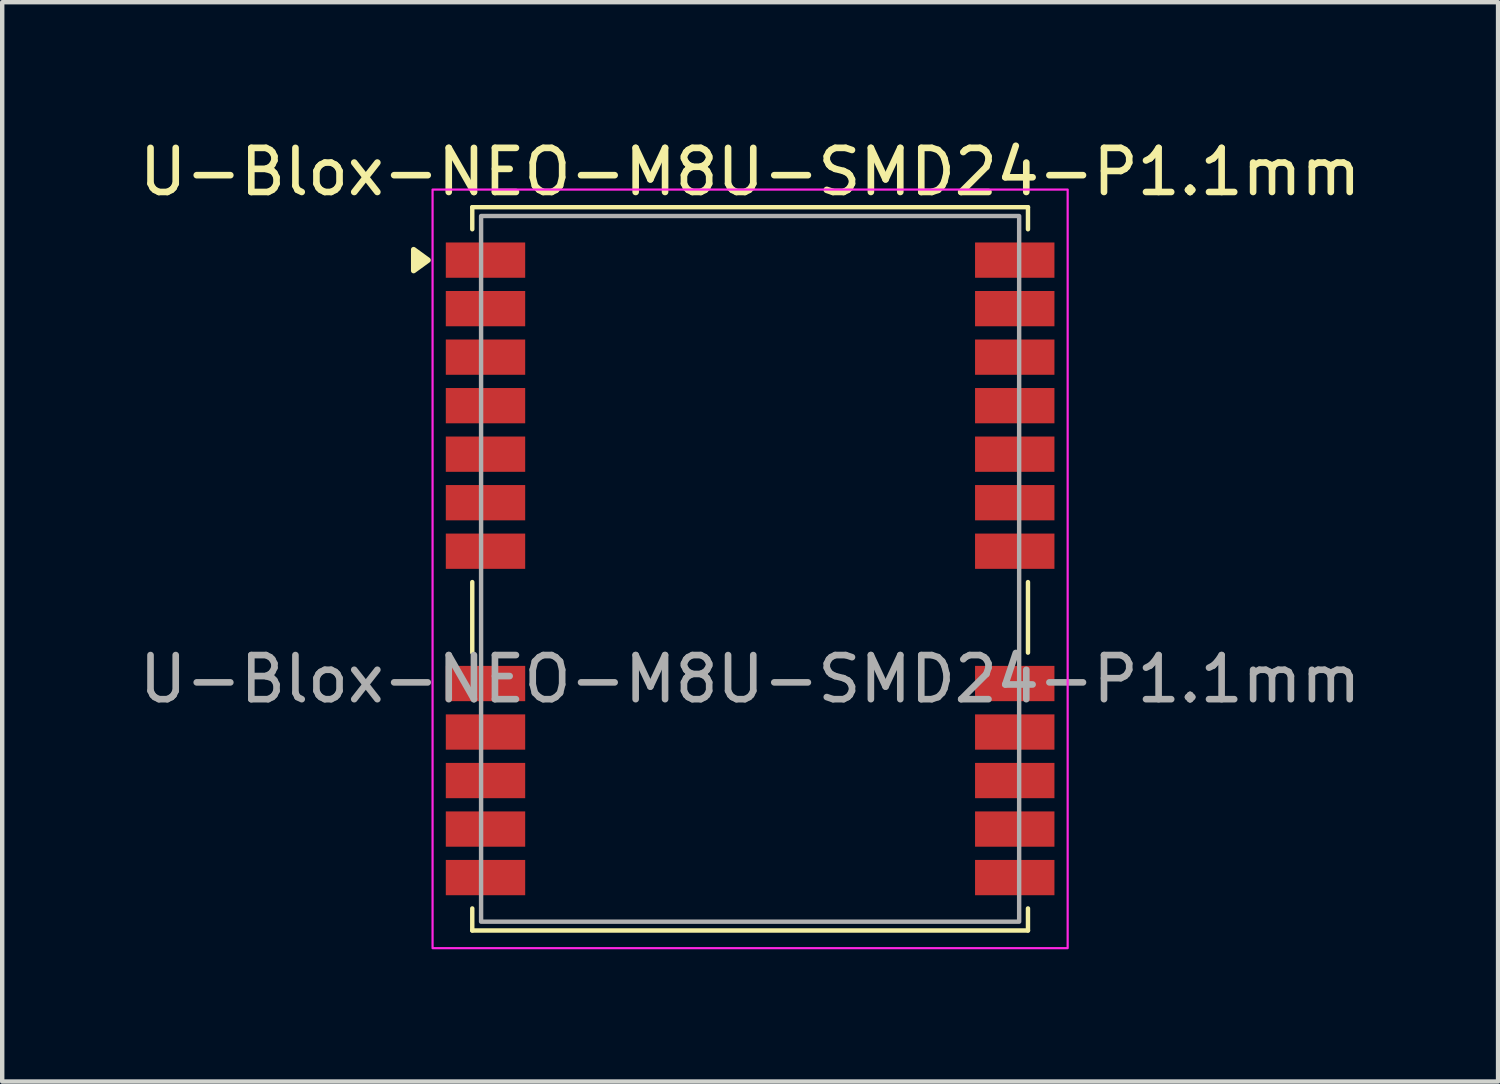
<source format=kicad_pcb>
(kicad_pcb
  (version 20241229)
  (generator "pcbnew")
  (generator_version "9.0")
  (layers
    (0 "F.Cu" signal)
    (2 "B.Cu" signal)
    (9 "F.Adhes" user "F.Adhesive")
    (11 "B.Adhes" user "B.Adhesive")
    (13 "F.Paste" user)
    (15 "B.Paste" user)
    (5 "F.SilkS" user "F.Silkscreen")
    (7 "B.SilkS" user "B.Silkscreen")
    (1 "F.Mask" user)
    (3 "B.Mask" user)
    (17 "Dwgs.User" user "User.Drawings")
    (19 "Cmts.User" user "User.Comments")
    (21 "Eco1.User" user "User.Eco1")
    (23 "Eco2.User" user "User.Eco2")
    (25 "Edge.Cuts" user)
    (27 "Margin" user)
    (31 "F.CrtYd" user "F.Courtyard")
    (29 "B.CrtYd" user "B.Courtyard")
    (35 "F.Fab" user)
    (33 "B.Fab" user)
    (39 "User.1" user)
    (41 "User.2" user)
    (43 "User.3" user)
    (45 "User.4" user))
  (footprint "U-Blox-NEO-M8U-SMD24-P1.1mm"
    (layer "F.Cu")
    (at 13.958 9.848)
    (property "Reference" "U-Blox-NEO-M8U-SMD24-P1.1mm" (at 0 -9 0) (unlocked yes) (layer "F.SilkS") (effects (font (size 1 1) (thickness 0.15))))
    (attr smd)
    (fp_line (start -6.3 -8.2) (end 6.3 -8.2) (stroke (width 0.1) (type default)) (layer "F.SilkS"))
    (fp_line (start -6.3 -7.7) (end -6.3 -8.2) (stroke (width 0.1) (type default)) (layer "F.SilkS"))
    (fp_line (start -6.3 1.9) (end -6.3 0.3) (stroke (width 0.1) (type default)) (layer "F.SilkS"))
    (fp_line (start -6.3 7.7) (end -6.3 8.2) (stroke (width 0.1) (type default)) (layer "F.SilkS"))
    (fp_line (start 6.3 -7.7) (end 6.3 -8.2) (stroke (width 0.1) (type default)) (layer "F.SilkS"))
    (fp_line (start 6.3 1.9) (end 6.3 0.3) (stroke (width 0.1) (type default)) (layer "F.SilkS"))
    (fp_line (start 6.3 7.7) (end 6.3 8.2) (stroke (width 0.1) (type default)) (layer "F.SilkS"))
    (fp_line (start 6.3 8.2) (end -6.3 8.2) (stroke (width 0.1) (type default)) (layer "F.SilkS"))
    (fp_poly (pts (xy -7.3 -7) (xy -7.63 -6.76) (xy -7.63 -7.24) (xy -7.3 -7)) (stroke (width 0.12) (type solid)) (fill yes) (layer "F.SilkS"))
    (fp_rect (start -7.2 -8.6) (end 7.2 8.6) (stroke (width 0.05) (type default)) (fill no) (layer "F.CrtYd"))
    (fp_rect (start -6.1 -8) (end 6.1 8) (stroke (width 0.1) (type default)) (fill no) (layer "F.Fab"))
    (fp_text user "${REFERENCE}" (at 0 2.5 0) (unlocked yes) (layer "F.Fab") (effects (font (size 1 1) (thickness 0.15))))
    (pad "1" smd rect (at -6 -7) (size 1.8 0.8) (layers "F.Cu" "F.Mask" "F.Paste"))
    (pad "2" smd rect (at -6 -5.9) (size 1.8 0.8) (layers "F.Cu" "F.Mask" "F.Paste"))
    (pad "3" smd rect (at -6 -4.8) (size 1.8 0.8) (layers "F.Cu" "F.Mask" "F.Paste"))
    (pad "4" smd rect (at -6 -3.7) (size 1.8 0.8) (layers "F.Cu" "F.Mask" "F.Paste"))
    (pad "5" smd rect (at -6 -2.6) (size 1.8 0.8) (layers "F.Cu" "F.Mask" "F.Paste"))
    (pad "6" smd rect (at -6 -1.5) (size 1.8 0.8) (layers "F.Cu" "F.Mask" "F.Paste"))
    (pad "7" smd rect (at -6 -0.4) (size 1.8 0.8) (layers "F.Cu" "F.Mask" "F.Paste"))
    (pad "8" smd rect (at -6 2.6) (size 1.8 0.8) (layers "F.Cu" "F.Mask" "F.Paste"))
    (pad "9" smd rect (at -6 3.7) (size 1.8 0.8) (layers "F.Cu" "F.Mask" "F.Paste"))
    (pad "10" smd rect (at -6 4.8) (size 1.8 0.8) (layers "F.Cu" "F.Mask" "F.Paste"))
    (pad "11" smd rect (at -6 5.9) (size 1.8 0.8) (layers "F.Cu" "F.Mask" "F.Paste"))
    (pad "12" smd rect (at -6 7) (size 1.8 0.8) (layers "F.Cu" "F.Mask" "F.Paste"))
    (pad "13" smd rect (at 6 7) (size 1.8 0.8) (layers "F.Cu" "F.Mask" "F.Paste"))
    (pad "14" smd rect (at 6 5.9) (size 1.8 0.8) (layers "F.Cu" "F.Mask" "F.Paste"))
    (pad "15" smd rect (at 6 4.8) (size 1.8 0.8) (layers "F.Cu" "F.Mask" "F.Paste"))
    (pad "16" smd rect (at 6 3.7) (size 1.8 0.8) (layers "F.Cu" "F.Mask" "F.Paste"))
    (pad "17" smd rect (at 6 2.6) (size 1.8 0.8) (layers "F.Cu" "F.Mask" "F.Paste"))
    (pad "18" smd rect (at 6 -0.4) (size 1.8 0.8) (layers "F.Cu" "F.Mask" "F.Paste"))
    (pad "19" smd rect (at 6 -1.5) (size 1.8 0.8) (layers "F.Cu" "F.Mask" "F.Paste"))
    (pad "20" smd rect (at 6 -2.6) (size 1.8 0.8) (layers "F.Cu" "F.Mask" "F.Paste"))
    (pad "21" smd rect (at 6 -3.7) (size 1.8 0.8) (layers "F.Cu" "F.Mask" "F.Paste"))
    (pad "22" smd rect (at 6 -4.8) (size 1.8 0.8) (layers "F.Cu" "F.Mask" "F.Paste"))
    (pad "23" smd rect (at 6 -5.9) (size 1.8 0.8) (layers "F.Cu" "F.Mask" "F.Paste"))
    (pad "24" smd rect (at 6 -7) (size 1.8 0.8) (layers "F.Cu" "F.Mask" "F.Paste")))
  (gr_rect
    (start -3 -3)
    (end 30.917 21.473)
    (stroke (width 0.1) (type default))
    (fill no)
    (layer "Edge.Cuts")))
</source>
